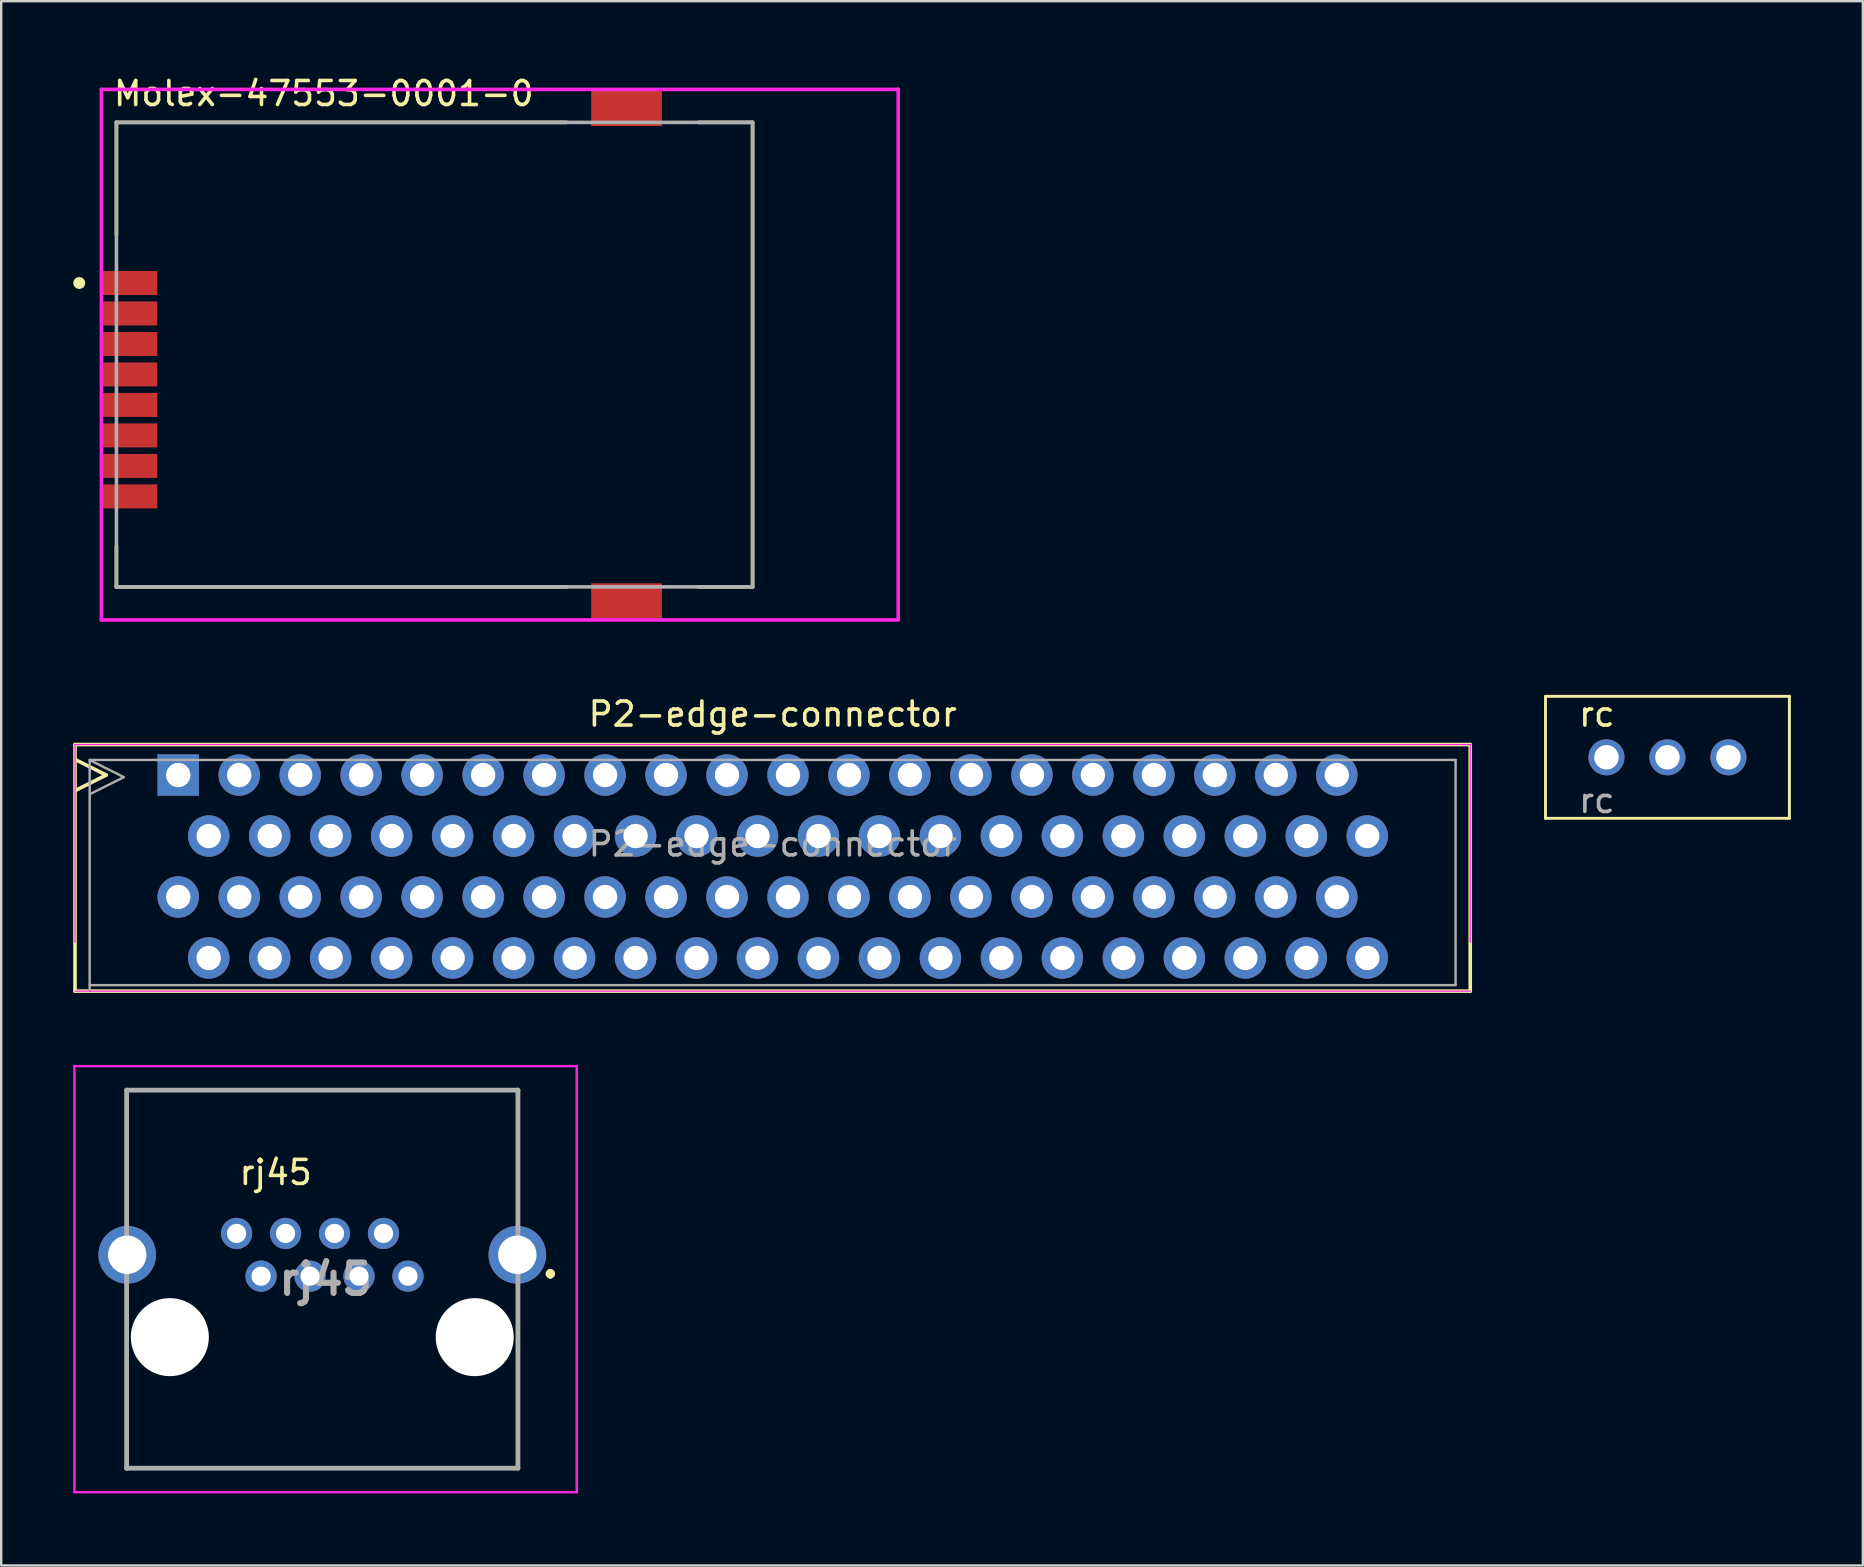
<source format=kicad_pcb>
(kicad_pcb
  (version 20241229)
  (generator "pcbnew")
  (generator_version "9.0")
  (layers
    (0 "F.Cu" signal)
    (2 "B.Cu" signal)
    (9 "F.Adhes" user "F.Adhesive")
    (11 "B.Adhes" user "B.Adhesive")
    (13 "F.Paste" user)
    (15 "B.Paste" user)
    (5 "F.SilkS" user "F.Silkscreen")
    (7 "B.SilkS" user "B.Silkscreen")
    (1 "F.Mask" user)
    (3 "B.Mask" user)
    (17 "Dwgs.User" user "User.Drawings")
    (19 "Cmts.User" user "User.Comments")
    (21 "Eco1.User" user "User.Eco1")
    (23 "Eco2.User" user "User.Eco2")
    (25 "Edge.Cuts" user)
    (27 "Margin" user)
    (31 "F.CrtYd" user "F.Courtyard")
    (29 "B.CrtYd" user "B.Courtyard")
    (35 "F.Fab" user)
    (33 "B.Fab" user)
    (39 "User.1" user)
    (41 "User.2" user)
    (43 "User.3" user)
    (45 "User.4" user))
  (footprint "Molex-47553-0001-0"
    (layer "F.Cu")
    (at 15.05 11.723)
    (property "Reference" "Molex-47553-0001-0" (at -13.45 -10.875 0) (layer "F.SilkS") (effects (font (size 1 1) (thickness 0.15)) (justify left)))
    (attr through_hole)
    (fp_line (start -13.25 -9.675) (end -13.25 -5) (stroke (width 0.15) (type solid)) (layer "F.SilkS"))
    (fp_line (start -13.25 -9.675) (end 5.5 -9.675) (stroke (width 0.15) (type solid)) (layer "F.SilkS"))
    (fp_line (start -13.25 9.675) (end -13.25 8) (stroke (width 0.15) (type solid)) (layer "F.SilkS"))
    (fp_line (start -13.25 9.675) (end 5.5 9.675) (stroke (width 0.15) (type solid)) (layer "F.SilkS"))
    (fp_line (start 13.25 -9.675) (end 11 -9.675) (stroke (width 0.15) (type solid)) (layer "F.SilkS"))
    (fp_line (start 13.25 -9.675) (end 13.25 9.675) (stroke (width 0.15) (type solid)) (layer "F.SilkS"))
    (fp_line (start 13.25 9.675) (end 11 9.675) (stroke (width 0.15) (type solid)) (layer "F.SilkS"))
    (fp_circle (center -14.8 -2.985) (end -14.675 -2.985) (stroke (width 0.25) (type solid)) (fill no) (layer "F.SilkS"))
    (fp_line (start -13.875 -11.05) (end -13.875 11.05) (stroke (width 0.15) (type solid)) (layer "F.CrtYd"))
    (fp_line (start -13.875 11.05) (end 19.315 11.05) (stroke (width 0.15) (type solid)) (layer "F.CrtYd"))
    (fp_line (start 19.315 -11.05) (end -13.875 -11.05) (stroke (width 0.15) (type solid)) (layer "F.CrtYd"))
    (fp_line (start 19.315 -11.05) (end 19.315 -11.05) (stroke (width 0.15) (type solid)) (layer "F.CrtYd"))
    (fp_line (start 19.315 11.05) (end 19.315 -11.05) (stroke (width 0.15) (type solid)) (layer "F.CrtYd"))
    (fp_line (start -13.25 -9.675) (end 13.25 -9.675) (stroke (width 0.15) (type solid)) (layer "F.Fab"))
    (fp_line (start -13.25 9.675) (end -13.25 -9.675) (stroke (width 0.15) (type solid)) (layer "F.Fab"))
    (fp_line (start 13.25 -9.675) (end 13.25 9.675) (stroke (width 0.15) (type solid)) (layer "F.Fab"))
    (fp_line (start 13.25 9.675) (end -13.25 9.675) (stroke (width 0.15) (type solid)) (layer "F.Fab"))
    (pad "1" smd rect (at -12.7 -2.985) (size 2.3 1) (layers "F.Cu" "F.Mask" "F.Paste"))
    (pad "2" smd rect (at -12.7 -1.715) (size 2.3 1) (layers "F.Cu" "F.Mask" "F.Paste"))
    (pad "3" smd rect (at -12.7 -0.445) (size 2.3 1) (layers "F.Cu" "F.Mask" "F.Paste"))
    (pad "4" smd rect (at -12.7 0.825) (size 2.3 1) (layers "F.Cu" "F.Mask" "F.Paste"))
    (pad "5" smd rect (at -12.7 2.095) (size 2.3 1) (layers "F.Cu" "F.Mask" "F.Paste"))
    (pad "6" smd rect (at -12.7 3.365) (size 2.3 1) (layers "F.Cu" "F.Mask" "F.Paste"))
    (pad "7" smd rect (at -12.7 4.635) (size 2.3 1) (layers "F.Cu" "F.Mask" "F.Paste"))
    (pad "8" smd rect (at -12.7 5.905) (size 2.3 1) (layers "F.Cu" "F.Mask" "F.Paste"))
    (pad "9" smd rect (at 8 -10.275) (size 2.95 1.5) (layers "F.Cu" "F.Mask" "F.Paste"))
    (pad "10" smd rect (at 8 10.275) (size 2.95 1.5) (layers "F.Cu" "F.Mask" "F.Paste")))
  (footprint "rc"
    (layer "F.Cu")
    (at 63.87 28.497)
    (property "Reference" "rc" (at -0.4 -1.8 0) (unlocked yes) (layer "F.SilkS") (effects (font (size 1 1) (thickness 0.15))))
    (fp_line (start -2.54 -2.54) (end 7.62 -2.54) (stroke (width 0.12) (type solid)) (layer "F.SilkS"))
    (fp_line (start -2.54 2.54) (end -2.54 -2.54) (stroke (width 0.12) (type solid)) (layer "F.SilkS"))
    (fp_line (start 7.62 -2.54) (end 7.62 2.54) (stroke (width 0.12) (type solid)) (layer "F.SilkS"))
    (fp_line (start 7.62 2.54) (end -2.54 2.54) (stroke (width 0.12) (type solid)) (layer "F.SilkS"))
    (fp_text user "${REFERENCE}" (at -0.4 1.8 0) (unlocked yes) (layer "F.Fab") (effects (font (size 1 1) (thickness 0.15))))
    (pad "1" thru_hole circle (at 0 0) (size 1.5 1.5) (drill 1.02) (layers "*.Cu" "*.Mask"))
    (pad "2" thru_hole circle (at 2.54 0) (size 1.5 1.5) (drill 1.02) (layers "*.Cu" "*.Mask"))
    (pad "3" thru_hole circle (at 5.08 0) (size 1.5 1.5) (drill 1.02) (layers "*.Cu" "*.Mask")))
  (footprint "P2-edge-connector"
    (layer "F.Cu")
    (at 4.375 29.236)
    (property "Reference" "P2-edge-connector" (at 24.765 -2.54 0) (layer "F.SilkS") (effects (font (size 1 1) (thickness 0.15))))
    (attr through_hole)
    (fp_line (start -4.3 -1.27) (end 53.82 -1.27) (stroke (width 0.15) (type solid)) (layer "F.SilkS"))
    (fp_line (start -4.3 9) (end -4.3 -1.27) (stroke (width 0.15) (type solid)) (layer "F.SilkS"))
    (fp_line (start -4.27 -0.635) (end -3 0) (stroke (width 0.15) (type solid)) (layer "F.SilkS"))
    (fp_line (start -3 0) (end -4.27 0.635) (stroke (width 0.15) (type solid)) (layer "F.SilkS"))
    (fp_line (start 53.82 -1.27) (end 53.82 9) (stroke (width 0.15) (type solid)) (layer "F.SilkS"))
    (fp_line (start 53.82 9) (end -4.3 9) (stroke (width 0.15) (type solid)) (layer "F.SilkS"))
    (fp_line (start -4.3 -1.27) (end -4.3 6.97) (stroke (width 0.05) (type solid)) (layer "F.CrtYd"))
    (fp_line (start -4.3 9) (end 53.82 9) (stroke (width 0.05) (type solid)) (layer "F.CrtYd"))
    (fp_line (start 53.82 -1.27) (end -4.3 -1.27) (stroke (width 0.05) (type solid)) (layer "F.CrtYd"))
    (fp_line (start 53.82 6.97) (end 53.82 -1.27) (stroke (width 0.05) (type solid)) (layer "F.CrtYd"))
    (fp_line (start -3.69 -0.63) (end 53.21 -0.63) (stroke (width 0.1) (type solid)) (layer "F.Fab"))
    (fp_line (start -3.69 9) (end -3.69 -0.63) (stroke (width 0.1) (type solid)) (layer "F.Fab"))
    (fp_line (start -3.68 -0.62) (end -2.28 0.08) (stroke (width 0.1) (type solid)) (layer "F.Fab"))
    (fp_line (start -2.27 0.09) (end -3.67 0.79) (stroke (width 0.1) (type solid)) (layer "F.Fab"))
    (fp_line (start 53.21 -0.63) (end 53.21 8.75) (stroke (width 0.1) (type solid)) (layer "F.Fab"))
    (fp_line (start 53.21 8.75) (end -3.69 8.75) (stroke (width 0.1) (type solid)) (layer "F.Fab"))
    (fp_text user "${REFERENCE}" (at 24.765 2.87 0) (layer "F.Fab") (effects (font (size 1 1) (thickness 0.15))))
    (pad "1" thru_hole rect (at 0 0) (size 1.727 1.727) (drill 1.016) (layers "*.Cu" "*.Mask"))
    (pad "2" thru_hole oval (at 1.27 2.54) (size 1.727 1.727) (drill 1.016) (layers "*.Cu" "*.Mask"))
    (pad "3" thru_hole oval (at 2.54 0) (size 1.727 1.727) (drill 1.016) (layers "*.Cu" "*.Mask"))
    (pad "4" thru_hole oval (at 3.81 2.54) (size 1.727 1.727) (drill 1.016) (layers "*.Cu" "*.Mask"))
    (pad "5" thru_hole oval (at 5.08 0) (size 1.727 1.727) (drill 1.016) (layers "*.Cu" "*.Mask"))
    (pad "6" thru_hole oval (at 6.35 2.54) (size 1.727 1.727) (drill 1.016) (layers "*.Cu" "*.Mask"))
    (pad "7" thru_hole oval (at 7.62 0) (size 1.727 1.727) (drill 1.016) (layers "*.Cu" "*.Mask"))
    (pad "8" thru_hole oval (at 8.89 2.54) (size 1.727 1.727) (drill 1.016) (layers "*.Cu" "*.Mask"))
    (pad "9" thru_hole oval (at 10.16 0) (size 1.727 1.727) (drill 1.016) (layers "*.Cu" "*.Mask"))
    (pad "10" thru_hole oval (at 11.43 2.54) (size 1.727 1.727) (drill 1.016) (layers "*.Cu" "*.Mask"))
    (pad "11" thru_hole oval (at 12.7 0) (size 1.727 1.727) (drill 1.016) (layers "*.Cu" "*.Mask"))
    (pad "12" thru_hole oval (at 13.97 2.54) (size 1.727 1.727) (drill 1.016) (layers "*.Cu" "*.Mask"))
    (pad "13" thru_hole oval (at 15.24 0) (size 1.727 1.727) (drill 1.016) (layers "*.Cu" "*.Mask"))
    (pad "14" thru_hole oval (at 16.51 2.54) (size 1.727 1.727) (drill 1.016) (layers "*.Cu" "*.Mask"))
    (pad "15" thru_hole oval (at 17.78 0) (size 1.727 1.727) (drill 1.016) (layers "*.Cu" "*.Mask"))
    (pad "16" thru_hole oval (at 19.05 2.54) (size 1.727 1.727) (drill 1.016) (layers "*.Cu" "*.Mask"))
    (pad "17" thru_hole oval (at 20.32 0) (size 1.727 1.727) (drill 1.016) (layers "*.Cu" "*.Mask"))
    (pad "18" thru_hole oval (at 21.59 2.54) (size 1.727 1.727) (drill 1.016) (layers "*.Cu" "*.Mask"))
    (pad "19" thru_hole oval (at 22.86 0) (size 1.727 1.727) (drill 1.016) (layers "*.Cu" "*.Mask"))
    (pad "20" thru_hole oval (at 24.13 2.54) (size 1.727 1.727) (drill 1.016) (layers "*.Cu" "*.Mask"))
    (pad "21" thru_hole oval (at 25.4 0) (size 1.727 1.727) (drill 1.016) (layers "*.Cu" "*.Mask"))
    (pad "22" thru_hole oval (at 26.67 2.54) (size 1.727 1.727) (drill 1.016) (layers "*.Cu" "*.Mask"))
    (pad "23" thru_hole oval (at 27.94 0) (size 1.727 1.727) (drill 1.016) (layers "*.Cu" "*.Mask"))
    (pad "24" thru_hole oval (at 29.21 2.54) (size 1.727 1.727) (drill 1.016) (layers "*.Cu" "*.Mask"))
    (pad "25" thru_hole oval (at 30.48 0) (size 1.727 1.727) (drill 1.016) (layers "*.Cu" "*.Mask"))
    (pad "26" thru_hole oval (at 31.75 2.54) (size 1.727 1.727) (drill 1.016) (layers "*.Cu" "*.Mask"))
    (pad "27" thru_hole oval (at 33.02 0) (size 1.727 1.727) (drill 1.016) (layers "*.Cu" "*.Mask"))
    (pad "28" thru_hole oval (at 34.29 2.54) (size 1.727 1.727) (drill 1.016) (layers "*.Cu" "*.Mask"))
    (pad "29" thru_hole oval (at 35.56 0) (size 1.727 1.727) (drill 1.016) (layers "*.Cu" "*.Mask"))
    (pad "30" thru_hole oval (at 36.83 2.54) (size 1.727 1.727) (drill 1.016) (layers "*.Cu" "*.Mask"))
    (pad "31" thru_hole oval (at 38.1 0) (size 1.727 1.727) (drill 1.016) (layers "*.Cu" "*.Mask"))
    (pad "32" thru_hole oval (at 39.37 2.54) (size 1.727 1.727) (drill 1.016) (layers "*.Cu" "*.Mask"))
    (pad "33" thru_hole oval (at 40.64 0) (size 1.727 1.727) (drill 1.016) (layers "*.Cu" "*.Mask"))
    (pad "34" thru_hole oval (at 41.91 2.54) (size 1.727 1.727) (drill 1.016) (layers "*.Cu" "*.Mask"))
    (pad "35" thru_hole oval (at 43.18 0) (size 1.727 1.727) (drill 1.016) (layers "*.Cu" "*.Mask"))
    (pad "36" thru_hole oval (at 44.45 2.54) (size 1.727 1.727) (drill 1.016) (layers "*.Cu" "*.Mask"))
    (pad "37" thru_hole oval (at 45.72 0) (size 1.727 1.727) (drill 1.016) (layers "*.Cu" "*.Mask"))
    (pad "38" thru_hole oval (at 46.99 2.54) (size 1.727 1.727) (drill 1.016) (layers "*.Cu" "*.Mask"))
    (pad "39" thru_hole oval (at 48.26 0) (size 1.727 1.727) (drill 1.016) (layers "*.Cu" "*.Mask"))
    (pad "40" thru_hole oval (at 49.53 2.54) (size 1.727 1.727) (drill 1.016) (layers "*.Cu" "*.Mask"))
    (pad "41" thru_hole oval (at 49.53 7.62) (size 1.727 1.727) (drill 1.016) (layers "*.Cu" "*.Mask"))
    (pad "42" thru_hole oval (at 48.26 5.08) (size 1.727 1.727) (drill 1.016) (layers "*.Cu" "*.Mask"))
    (pad "43" thru_hole oval (at 46.99 7.62) (size 1.727 1.727) (drill 1.016) (layers "*.Cu" "*.Mask"))
    (pad "44" thru_hole oval (at 45.72 5.08) (size 1.727 1.727) (drill 1.016) (layers "*.Cu" "*.Mask"))
    (pad "45" thru_hole oval (at 44.45 7.62) (size 1.727 1.727) (drill 1.016) (layers "*.Cu" "*.Mask"))
    (pad "46" thru_hole oval (at 43.18 5.08) (size 1.727 1.727) (drill 1.016) (layers "*.Cu" "*.Mask"))
    (pad "47" thru_hole oval (at 41.91 7.62) (size 1.727 1.727) (drill 1.016) (layers "*.Cu" "*.Mask"))
    (pad "48" thru_hole oval (at 40.64 5.08) (size 1.727 1.727) (drill 1.016) (layers "*.Cu" "*.Mask"))
    (pad "49" thru_hole oval (at 39.37 7.62) (size 1.727 1.727) (drill 1.016) (layers "*.Cu" "*.Mask"))
    (pad "50" thru_hole oval (at 38.1 5.08) (size 1.727 1.727) (drill 1.016) (layers "*.Cu" "*.Mask"))
    (pad "51" thru_hole oval (at 36.83 7.62) (size 1.727 1.727) (drill 1.016) (layers "*.Cu" "*.Mask"))
    (pad "52" thru_hole oval (at 35.56 5.08) (size 1.727 1.727) (drill 1.016) (layers "*.Cu" "*.Mask"))
    (pad "53" thru_hole oval (at 34.29 7.62) (size 1.727 1.727) (drill 1.016) (layers "*.Cu" "*.Mask"))
    (pad "54" thru_hole oval (at 33.02 5.08) (size 1.727 1.727) (drill 1.016) (layers "*.Cu" "*.Mask"))
    (pad "55" thru_hole oval (at 31.75 7.62) (size 1.727 1.727) (drill 1.016) (layers "*.Cu" "*.Mask"))
    (pad "56" thru_hole oval (at 30.48 5.08) (size 1.727 1.727) (drill 1.016) (layers "*.Cu" "*.Mask"))
    (pad "57" thru_hole oval (at 29.21 7.62) (size 1.727 1.727) (drill 1.016) (layers "*.Cu" "*.Mask"))
    (pad "58" thru_hole oval (at 27.94 5.08) (size 1.727 1.727) (drill 1.016) (layers "*.Cu" "*.Mask"))
    (pad "59" thru_hole oval (at 26.67 7.62) (size 1.727 1.727) (drill 1.016) (layers "*.Cu" "*.Mask"))
    (pad "60" thru_hole oval (at 25.4 5.08) (size 1.727 1.727) (drill 1.016) (layers "*.Cu" "*.Mask"))
    (pad "61" thru_hole oval (at 24.13 7.62) (size 1.727 1.727) (drill 1.016) (layers "*.Cu" "*.Mask"))
    (pad "62" thru_hole oval (at 22.86 5.08) (size 1.727 1.727) (drill 1.016) (layers "*.Cu" "*.Mask"))
    (pad "63" thru_hole oval (at 21.59 7.62) (size 1.727 1.727) (drill 1.016) (layers "*.Cu" "*.Mask"))
    (pad "64" thru_hole oval (at 20.32 5.08) (size 1.727 1.727) (drill 1.016) (layers "*.Cu" "*.Mask"))
    (pad "65" thru_hole oval (at 19.05 7.62) (size 1.727 1.727) (drill 1.016) (layers "*.Cu" "*.Mask"))
    (pad "66" thru_hole oval (at 17.78 5.08) (size 1.727 1.727) (drill 1.016) (layers "*.Cu" "*.Mask"))
    (pad "67" thru_hole oval (at 16.51 7.62) (size 1.727 1.727) (drill 1.016) (layers "*.Cu" "*.Mask"))
    (pad "68" thru_hole oval (at 15.24 5.08) (size 1.727 1.727) (drill 1.016) (layers "*.Cu" "*.Mask"))
    (pad "69" thru_hole oval (at 13.97 7.62) (size 1.727 1.727) (drill 1.016) (layers "*.Cu" "*.Mask"))
    (pad "70" thru_hole oval (at 12.7 5.08) (size 1.727 1.727) (drill 1.016) (layers "*.Cu" "*.Mask"))
    (pad "71" thru_hole oval (at 11.43 7.62) (size 1.727 1.727) (drill 1.016) (layers "*.Cu" "*.Mask"))
    (pad "72" thru_hole oval (at 10.16 5.08) (size 1.727 1.727) (drill 1.016) (layers "*.Cu" "*.Mask"))
    (pad "73" thru_hole oval (at 8.89 7.62) (size 1.727 1.727) (drill 1.016) (layers "*.Cu" "*.Mask"))
    (pad "74" thru_hole oval (at 7.62 5.08) (size 1.727 1.727) (drill 1.016) (layers "*.Cu" "*.Mask"))
    (pad "75" thru_hole oval (at 6.35 7.62) (size 1.727 1.727) (drill 1.016) (layers "*.Cu" "*.Mask"))
    (pad "76" thru_hole oval (at 5.08 5.08) (size 1.727 1.727) (drill 1.016) (layers "*.Cu" "*.Mask"))
    (pad "77" thru_hole oval (at 3.81 7.62) (size 1.727 1.727) (drill 1.016) (layers "*.Cu" "*.Mask"))
    (pad "78" thru_hole oval (at 2.54 5.08) (size 1.727 1.727) (drill 1.016) (layers "*.Cu" "*.Mask"))
    (pad "79" thru_hole oval (at 1.27 7.62) (size 1.727 1.727) (drill 1.016) (layers "*.Cu" "*.Mask"))
    (pad "80" thru_hole oval (at 0 5.08) (size 1.727 1.727) (drill 1.016) (layers "*.Cu" "*.Mask")))
  (footprint "rj45"
    (layer "F.Cu")
    (at 10.37 50.221)
    (property "Reference" "rj45" (at -1.937 -4.43 0) (layer "F.SilkS") (effects (font (size 1 1) (thickness 0.15))))
    (fp_line (start -8.145 -7.86) (end 8.155 -7.86) (stroke (width 0.1) (type solid)) (layer "F.SilkS"))
    (fp_line (start -8.145 -2.61) (end -8.145 -7.86) (stroke (width 0.1) (type solid)) (layer "F.SilkS"))
    (fp_line (start -8.145 0.89) (end -8.145 7.89) (stroke (width 0.1) (type solid)) (layer "F.SilkS"))
    (fp_line (start -8.145 7.89) (end 8.13 7.89) (stroke (width 0.1) (type solid)) (layer "F.SilkS"))
    (fp_line (start 8.13 7.89) (end 8.155 0.89) (stroke (width 0.1) (type solid)) (layer "F.SilkS"))
    (fp_line (start 8.155 -7.86) (end 8.155 -2.61) (stroke (width 0.1) (type solid)) (layer "F.SilkS"))
    (fp_line (start 9.505 -0.31) (end 9.505 -0.31) (stroke (width 0.2) (type solid)) (layer "F.SilkS"))
    (fp_line (start 9.505 -0.11) (end 9.505 -0.11) (stroke (width 0.2) (type solid)) (layer "F.SilkS"))
    (fp_arc (start 9.505 -0.31) (mid 9.605 -0.21) (end 9.505 -0.11) (stroke (width 0.2) (type solid)) (layer "F.SilkS"))
    (fp_arc (start 9.505 -0.11) (mid 9.405 -0.21) (end 9.505 -0.31) (stroke (width 0.2) (type solid)) (layer "F.SilkS"))
    (fp_line (start -10.32 -8.86) (end 10.605 -8.86) (stroke (width 0.1) (type solid)) (layer "F.CrtYd"))
    (fp_line (start -10.32 8.89) (end -10.32 -8.86) (stroke (width 0.1) (type solid)) (layer "F.CrtYd"))
    (fp_line (start 10.605 -8.86) (end 10.605 8.89) (stroke (width 0.1) (type solid)) (layer "F.CrtYd"))
    (fp_line (start 10.605 8.89) (end -10.32 8.89) (stroke (width 0.1) (type solid)) (layer "F.CrtYd"))
    (fp_line (start -8.145 -7.86) (end 8.155 -7.86) (stroke (width 0.2) (type solid)) (layer "F.Fab"))
    (fp_line (start -8.145 7.89) (end -8.145 -7.86) (stroke (width 0.2) (type solid)) (layer "F.Fab"))
    (fp_line (start 8.155 -7.86) (end 8.155 7.89) (stroke (width 0.2) (type solid)) (layer "F.Fab"))
    (fp_line (start 8.155 7.89) (end -8.145 7.89) (stroke (width 0.2) (type solid)) (layer "F.Fab"))
    (fp_text user "${REFERENCE}" (at 0.142 0.015 0) (layer "F.Fab") (effects (font (size 1.27 1.27) (thickness 0.254))))
    (pad "" np_thru_hole circle (at -6.345 2.43) (size 3.25 3.25) (drill 3.25) (layers "*.Cu" "*.Mask"))
    (pad "" np_thru_hole circle (at 6.355 2.43) (size 3.25 3.25) (drill 3.25) (layers "*.Cu" "*.Mask"))
    (pad "1" thru_hole circle (at 3.575 -0.11) (size 1.3 1.3) (drill 0.8) (layers "*.Cu" "*.Mask"))
    (pad "2" thru_hole circle (at 2.555 -1.89) (size 1.3 1.3) (drill 0.8) (layers "*.Cu" "*.Mask"))
    (pad "3" thru_hole circle (at 1.535 -0.11) (size 1.3 1.3) (drill 0.8) (layers "*.Cu" "*.Mask"))
    (pad "4" thru_hole circle (at 0.515 -1.89) (size 1.3 1.3) (drill 0.8) (layers "*.Cu" "*.Mask"))
    (pad "5" thru_hole circle (at -0.505 -0.11) (size 1.3 1.3) (drill 0.8) (layers "*.Cu" "*.Mask"))
    (pad "6" thru_hole circle (at -1.525 -1.89) (size 1.3 1.3) (drill 0.8) (layers "*.Cu" "*.Mask"))
    (pad "7" thru_hole circle (at -2.545 -0.11) (size 1.3 1.3) (drill 0.8) (layers "*.Cu" "*.Mask"))
    (pad "8" thru_hole circle (at -3.565 -1.89) (size 1.3 1.3) (drill 0.8) (layers "*.Cu" "*.Mask"))
    (pad "9" thru_hole circle (at -8.12 -1) (size 2.4 2.4) (drill 1.6) (layers "*.Cu" "*.Mask"))
    (pad "10" thru_hole circle (at 8.13 -1) (size 2.4 2.4) (drill 1.6) (layers "*.Cu" "*.Mask")))
  (gr_rect
    (start -3 -3)
    (end 74.55 62.161)
    (stroke (width 0.1) (type default))
    (fill no)
    (layer "Edge.Cuts")))
</source>
